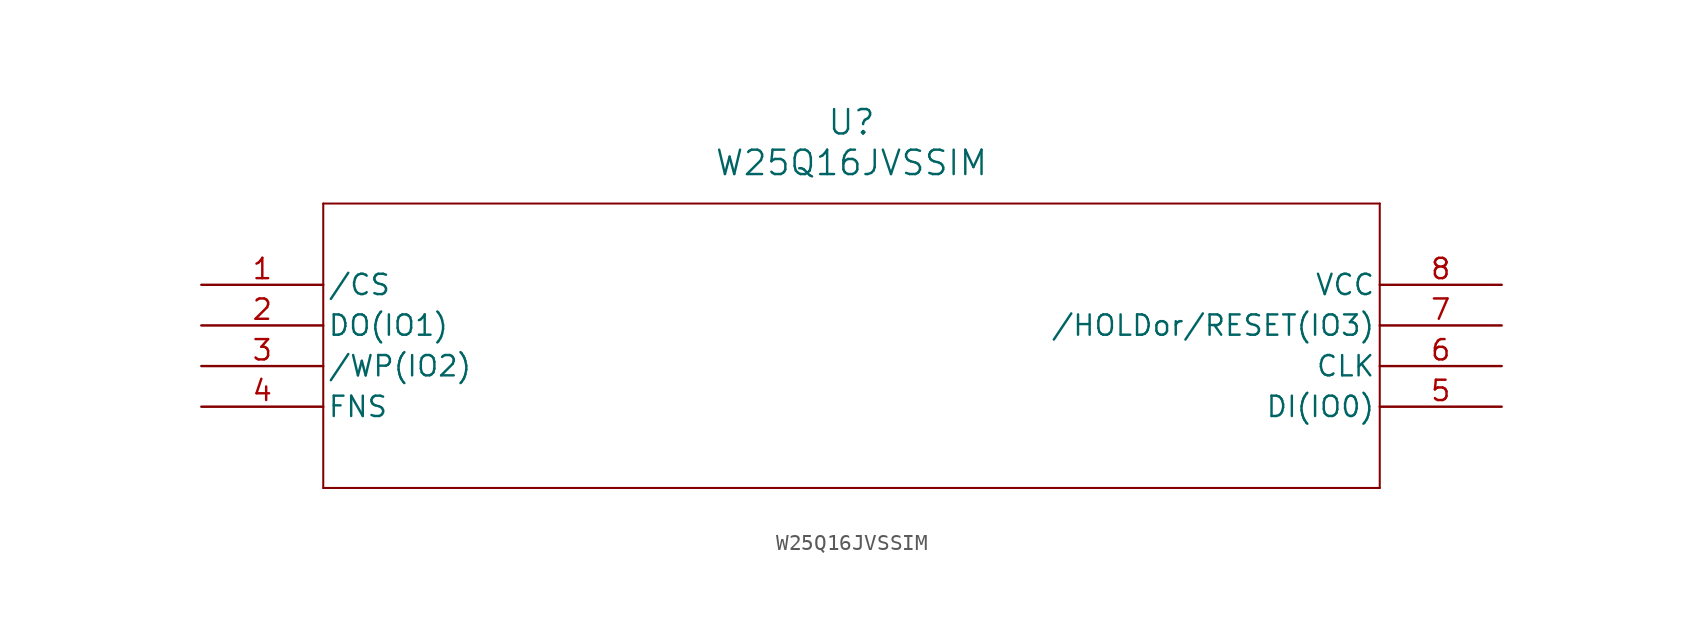
<source format=kicad_sym>
(kicad_symbol_lib
  (version 20211014)
  (generator kicad_symbol_editor)
  (symbol "W25Q16JVSSIM"
    (pin_names
      (offset 0.254))
    (property "Reference" "U"
      (at 40.64 10.16 0)
      (effects (font (size 1.524 1.524))))
    (property "Value" "W25Q16JVSSIM"
      (at 40.64 7.62 0)
      (effects (font (size 1.524 1.524))))
    (symbol "W25Q16JVSSIM_0_1"
      (polyline (pts (xy 7.62 5.08) (xy 7.62 -12.7)) (stroke (width 0.127) (type default) (color 0 0 0 0)) (fill (type none)))
      (polyline (pts (xy 7.62 -12.7) (xy 73.66 -12.7)) (stroke (width 0.127) (type default) (color 0 0 0 0)) (fill (type none)))
      (polyline (pts (xy 73.66 -12.7) (xy 73.66 5.08)) (stroke (width 0.127) (type default) (color 0 0 0 0)) (fill (type none)))
      (polyline (pts (xy 73.66 5.08) (xy 7.62 5.08)) (stroke (width 0.127) (type default) (color 0 0 0 0)) (fill (type none)))
      (pin input line (at 0 0 0) (length 7.62) (name "/CS" (effects (font (size 1.27 1.27)))) (number "1" (effects (font (size 1.27 1.27)))))
      (pin bidirectional line (at 0 -2.54 0) (length 7.62) (name "DO(IO1)" (effects (font (size 1.27 1.27)))) (number "2" (effects (font (size 1.27 1.27)))))
      (pin bidirectional line (at 0 -5.08 0) (length 7.62) (name "/WP(IO2)" (effects (font (size 1.27 1.27)))) (number "3" (effects (font (size 1.27 1.27)))))
      (pin power_out line (at 0 -7.62 0) (length 7.62) (name "FNS" (effects (font (size 1.27 1.27)))) (number "4" (effects (font (size 1.27 1.27)))))
      (pin bidirectional line (at 81.28 -7.62 180) (length 7.62) (name "DI(IO0)" (effects (font (size 1.27 1.27)))) (number "5" (effects (font (size 1.27 1.27)))))
      (pin input line (at 81.28 -5.08 180) (length 7.62) (name "CLK" (effects (font (size 1.27 1.27)))) (number "6" (effects (font (size 1.27 1.27)))))
      (pin bidirectional line (at 81.28 -2.54 180) (length 7.62) (name "/HOLDor/RESET(IO3)" (effects (font (size 1.27 1.27)))) (number "7" (effects (font (size 1.27 1.27)))))
      (pin power_in line (at 81.28 0 180) (length 7.62) (name "VCC" (effects (font (size 1.27 1.27)))) (number "8" (effects (font (size 1.27 1.27))))))))
</source>
